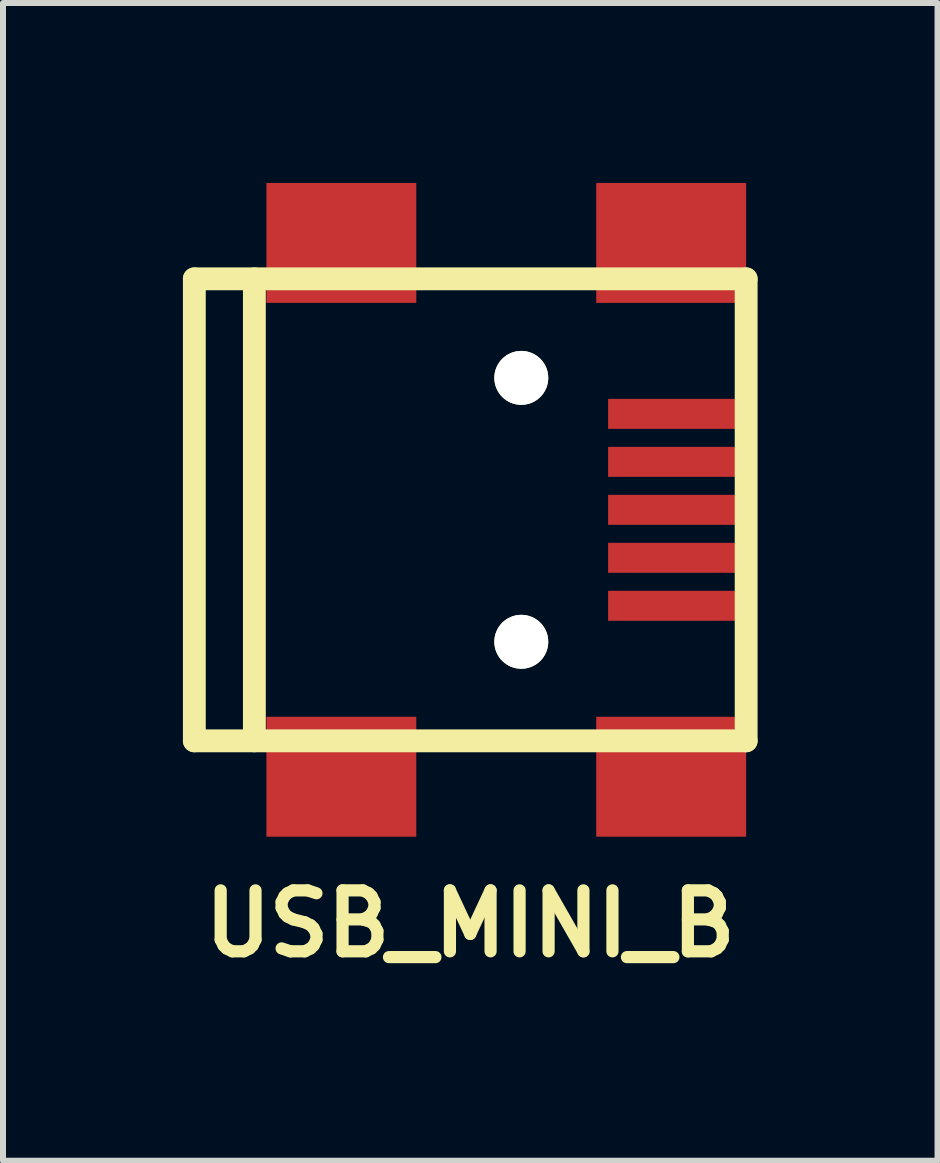
<source format=kicad_pcb>
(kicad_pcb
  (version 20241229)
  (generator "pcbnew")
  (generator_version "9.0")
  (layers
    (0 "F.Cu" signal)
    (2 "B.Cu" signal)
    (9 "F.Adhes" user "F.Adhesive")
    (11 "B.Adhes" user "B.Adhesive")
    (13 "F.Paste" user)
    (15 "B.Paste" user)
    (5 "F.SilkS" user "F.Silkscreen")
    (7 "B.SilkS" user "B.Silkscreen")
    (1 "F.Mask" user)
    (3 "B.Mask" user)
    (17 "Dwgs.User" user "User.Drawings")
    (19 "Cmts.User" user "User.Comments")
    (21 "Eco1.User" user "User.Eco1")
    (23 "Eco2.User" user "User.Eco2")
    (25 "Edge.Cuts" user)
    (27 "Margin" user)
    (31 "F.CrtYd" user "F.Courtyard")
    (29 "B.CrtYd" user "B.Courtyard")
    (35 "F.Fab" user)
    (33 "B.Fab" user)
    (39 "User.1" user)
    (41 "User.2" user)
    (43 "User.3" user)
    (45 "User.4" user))
  (footprint "USB_MINI_B"
    (placed yes)
    (layer "F.Cu")
    (at 4.79 5.45)
    (property "Reference" "USB_MINI_B" (at 0 6.901 0) (layer "F.SilkS") (effects (font (size 1.016 1.016) (thickness 0.203))))
    (attr smd)
    (fp_line (start -4.6 -3.851) (end -4.6 3.851) (stroke (width 0.381) (type solid)) (layer "F.SilkS"))
    (fp_line (start -4.6 3.851) (end 4.6 3.851) (stroke (width 0.381) (type solid)) (layer "F.SilkS"))
    (fp_line (start -3.599 -3.851) (end -3.599 3.851) (stroke (width 0.381) (type solid)) (layer "F.SilkS"))
    (fp_line (start 4.6 -3.851) (end -4.6 -3.851) (stroke (width 0.381) (type solid)) (layer "F.SilkS"))
    (fp_line (start 4.6 3.851) (end 4.6 -3.851) (stroke (width 0.381) (type solid)) (layer "F.SilkS"))
    (pad "" np_thru_hole circle (at 0.851 -2.2) (size 0.899 0.899) (drill 0.899) (layers "*.Cu" "*.Mask" "F.SilkS"))
    (pad "" np_thru_hole circle (at 0.851 2.2) (size 0.899 0.899) (drill 0.899) (layers "*.Cu" "*.Mask" "F.SilkS"))
    (pad "1" smd rect (at 3.449 -1.6) (size 2.301 0.5) (layers "F.Cu" "F.Mask" "F.Paste"))
    (pad "2" smd rect (at 3.449 -0.8) (size 2.301 0.5) (layers "F.Cu" "F.Mask" "F.Paste"))
    (pad "3" smd rect (at 3.449 0) (size 2.301 0.5) (layers "F.Cu" "F.Mask" "F.Paste"))
    (pad "4" smd rect (at 3.449 0.8) (size 2.301 0.5) (layers "F.Cu" "F.Mask" "F.Paste"))
    (pad "5" smd rect (at 3.449 1.6) (size 2.301 0.5) (layers "F.Cu" "F.Mask" "F.Paste"))
    (pad "6" smd rect (at -2.149 -4.45) (size 2.499 1.999) (layers "F.Cu" "F.Mask" "F.Paste"))
    (pad "6" smd rect (at -2.149 4.45) (size 2.499 1.999) (layers "F.Cu" "F.Mask" "F.Paste"))
    (pad "6" smd rect (at 3.35 -4.45) (size 2.499 1.999) (layers "F.Cu" "F.Mask" "F.Paste"))
    (pad "6" smd rect (at 3.35 4.45) (size 2.499 1.999) (layers "F.Cu" "F.Mask" "F.Paste")))
  (gr_rect
    (start -3 -3)
    (end 12.581 16.302)
    (stroke (width 0.1) (type default))
    (fill no)
    (layer "Edge.Cuts")))
</source>
